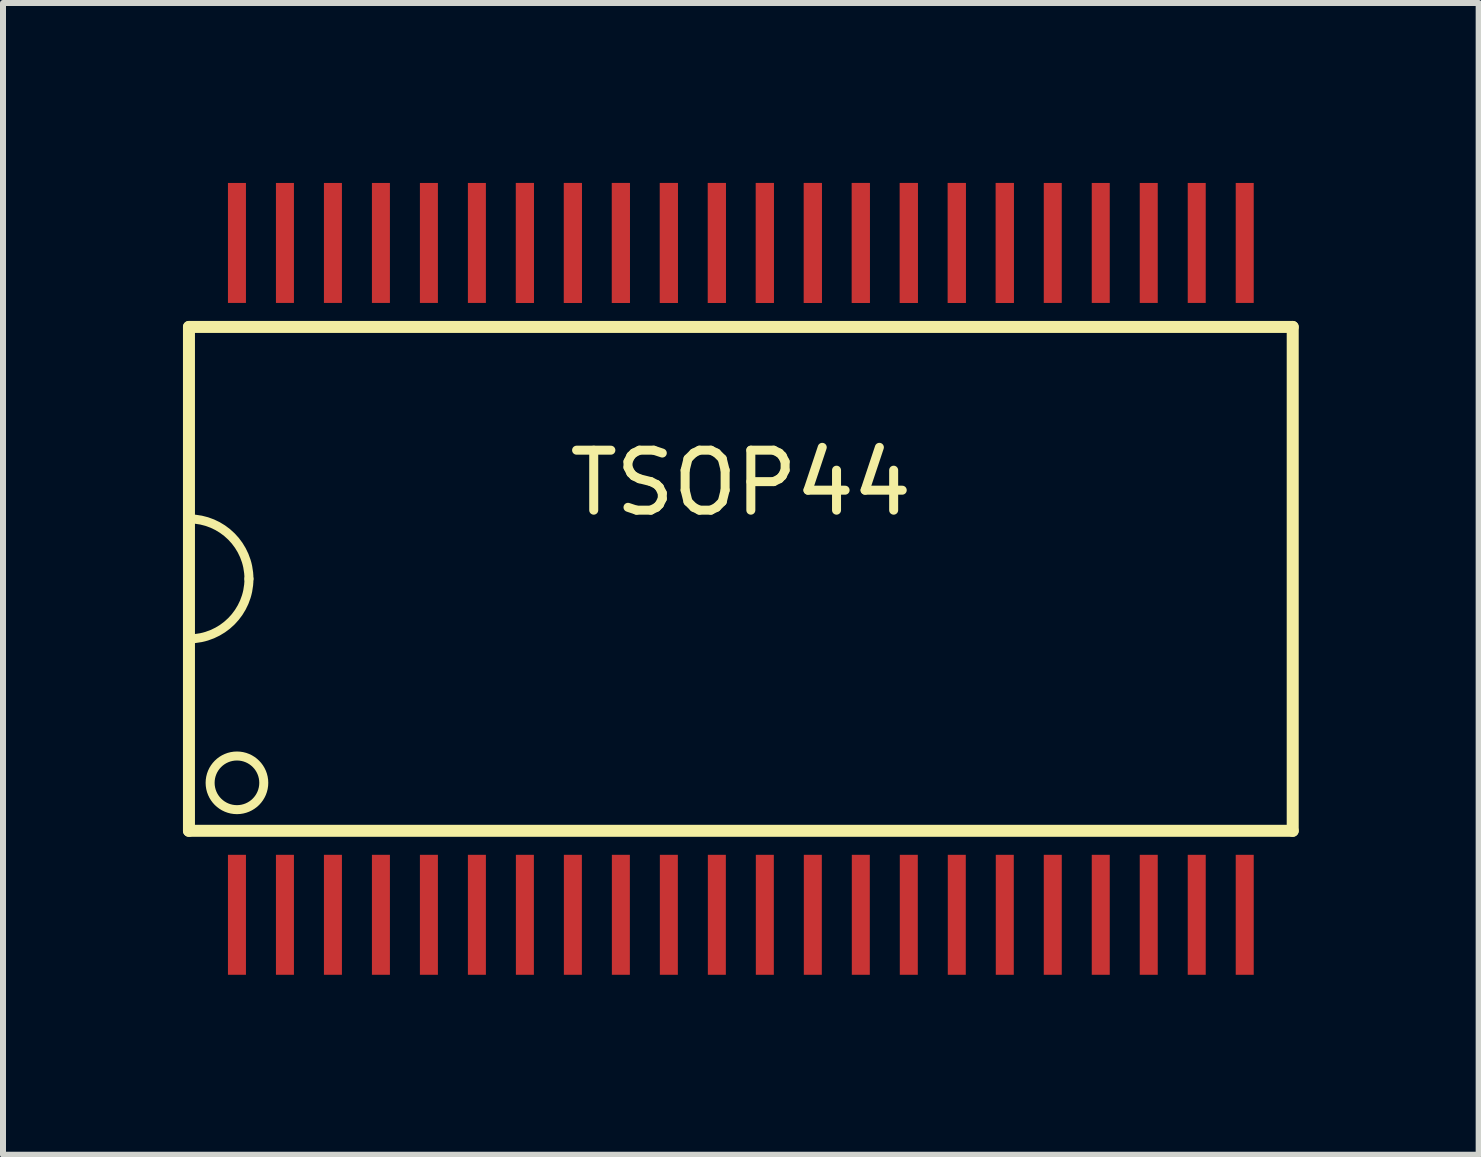
<source format=kicad_pcb>
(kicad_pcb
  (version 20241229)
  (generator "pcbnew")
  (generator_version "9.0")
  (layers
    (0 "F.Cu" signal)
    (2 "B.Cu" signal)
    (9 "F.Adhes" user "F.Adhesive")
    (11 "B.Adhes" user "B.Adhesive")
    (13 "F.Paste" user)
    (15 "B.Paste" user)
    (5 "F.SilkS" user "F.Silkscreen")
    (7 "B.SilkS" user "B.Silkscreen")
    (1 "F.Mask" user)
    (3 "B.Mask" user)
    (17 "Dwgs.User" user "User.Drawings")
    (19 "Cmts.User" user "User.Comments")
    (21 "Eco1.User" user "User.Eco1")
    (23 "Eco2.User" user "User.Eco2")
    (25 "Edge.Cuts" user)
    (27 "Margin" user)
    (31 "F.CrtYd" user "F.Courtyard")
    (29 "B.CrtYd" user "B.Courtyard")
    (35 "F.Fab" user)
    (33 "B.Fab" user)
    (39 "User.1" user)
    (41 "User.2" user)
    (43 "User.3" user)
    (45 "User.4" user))
  (footprint "TSOP44"
    (layer "F.Cu")
    (at 9.3 6.6)
    (property "Reference" "TSOP44" (at 0 -1.6 0) (layer "F.SilkS") (effects (font (size 1 1) (thickness 0.15))))
    (attr through_hole)
    (fp_line (start -9.2 -4.2) (end -9.2 4.2) (stroke (width 0.2) (type solid)) (layer "F.SilkS"))
    (fp_line (start -9.2 -4.2) (end 9.2 -4.2) (stroke (width 0.2) (type solid)) (layer "F.SilkS"))
    (fp_line (start -9.2 4.2) (end 9.2 4.2) (stroke (width 0.2) (type solid)) (layer "F.SilkS"))
    (fp_line (start 9.2 4.2) (end 9.2 -4.2) (stroke (width 0.2) (type solid)) (layer "F.SilkS"))
    (fp_arc (start -9.2 -1) (mid -8.492893 -0.707107) (end -8.2 0) (stroke (width 0.15) (type solid)) (layer "F.SilkS"))
    (fp_arc (start -8.2 0) (mid -8.492893 0.707107) (end -9.2 1) (stroke (width 0.15) (type solid)) (layer "F.SilkS"))
    (fp_circle (center -8.4 3.4) (end -8 3.2) (stroke (width 0.15) (type solid)) (fill no) (layer "F.SilkS"))
    (pad "1" smd rect (at -8.4 5.6) (size 0.3 2) (layers "F.Cu" "F.Mask" "F.Paste"))
    (pad "2" smd rect (at -7.6 5.6) (size 0.3 2) (layers "F.Cu" "F.Mask" "F.Paste"))
    (pad "3" smd rect (at -6.8 5.6) (size 0.3 2) (layers "F.Cu" "F.Mask" "F.Paste"))
    (pad "4" smd rect (at -6 5.6) (size 0.3 2) (layers "F.Cu" "F.Mask" "F.Paste"))
    (pad "5" smd rect (at -5.2 5.6) (size 0.3 2) (layers "F.Cu" "F.Mask" "F.Paste"))
    (pad "6" smd rect (at -4.4 5.6) (size 0.3 2) (layers "F.Cu" "F.Mask" "F.Paste"))
    (pad "7" smd rect (at -3.6 5.6) (size 0.3 2) (layers "F.Cu" "F.Mask" "F.Paste"))
    (pad "8" smd rect (at -2.8 5.6) (size 0.3 2) (layers "F.Cu" "F.Mask" "F.Paste"))
    (pad "9" smd rect (at -2 5.6) (size 0.3 2) (layers "F.Cu" "F.Mask" "F.Paste"))
    (pad "10" smd rect (at -1.2 5.6) (size 0.3 2) (layers "F.Cu" "F.Mask" "F.Paste"))
    (pad "11" smd rect (at -0.4 5.6) (size 0.3 2) (layers "F.Cu" "F.Mask" "F.Paste"))
    (pad "12" smd rect (at 0.4 5.6) (size 0.3 2) (layers "F.Cu" "F.Mask" "F.Paste"))
    (pad "13" smd rect (at 1.2 5.6) (size 0.3 2) (layers "F.Cu" "F.Mask" "F.Paste"))
    (pad "14" smd rect (at 2 5.6) (size 0.3 2) (layers "F.Cu" "F.Mask" "F.Paste"))
    (pad "15" smd rect (at 2.8 5.6) (size 0.3 2) (layers "F.Cu" "F.Mask" "F.Paste"))
    (pad "16" smd rect (at 3.6 5.6) (size 0.3 2) (layers "F.Cu" "F.Mask" "F.Paste"))
    (pad "17" smd rect (at 4.4 5.6) (size 0.3 2) (layers "F.Cu" "F.Mask" "F.Paste"))
    (pad "18" smd rect (at 5.2 5.6) (size 0.3 2) (layers "F.Cu" "F.Mask" "F.Paste"))
    (pad "19" smd rect (at 6 5.6) (size 0.3 2) (layers "F.Cu" "F.Mask" "F.Paste"))
    (pad "20" smd rect (at 6.8 5.6) (size 0.3 2) (layers "F.Cu" "F.Mask" "F.Paste"))
    (pad "21" smd rect (at 7.6 5.6) (size 0.3 2) (layers "F.Cu" "F.Mask" "F.Paste"))
    (pad "22" smd rect (at 8.4 5.6) (size 0.3 2) (layers "F.Cu" "F.Mask" "F.Paste"))
    (pad "23" smd rect (at 8.4 -5.6) (size 0.3 2) (layers "F.Cu" "F.Mask" "F.Paste"))
    (pad "24" smd rect (at 7.6 -5.6) (size 0.3 2) (layers "F.Cu" "F.Mask" "F.Paste"))
    (pad "25" smd rect (at 6.8 -5.6) (size 0.3 2) (layers "F.Cu" "F.Mask" "F.Paste"))
    (pad "26" smd rect (at 6 -5.6) (size 0.3 2) (layers "F.Cu" "F.Mask" "F.Paste"))
    (pad "27" smd rect (at 5.2 -5.6) (size 0.3 2) (layers "F.Cu" "F.Mask" "F.Paste"))
    (pad "28" smd rect (at 4.4 -5.6) (size 0.3 2) (layers "F.Cu" "F.Mask" "F.Paste"))
    (pad "28" smd rect (at 4.4 -5.6) (size 0.3 2) (layers "F.Cu" "F.Mask" "F.Paste"))
    (pad "29" smd rect (at 3.6 -5.6) (size 0.3 2) (layers "F.Cu" "F.Mask" "F.Paste"))
    (pad "29" smd rect (at 3.6 -5.6) (size 0.3 2) (layers "F.Cu" "F.Mask" "F.Paste"))
    (pad "30" smd rect (at 2.8 -5.6) (size 0.3 2) (layers "F.Cu" "F.Mask" "F.Paste"))
    (pad "30" smd rect (at 2.8 -5.6) (size 0.3 2) (layers "F.Cu" "F.Mask" "F.Paste"))
    (pad "31" smd rect (at 2 -5.6) (size 0.3 2) (layers "F.Cu" "F.Mask" "F.Paste"))
    (pad "31" smd rect (at 2 -5.6) (size 0.3 2) (layers "F.Cu" "F.Mask" "F.Paste"))
    (pad "32" smd rect (at 1.2 -5.6) (size 0.3 2) (layers "F.Cu" "F.Mask" "F.Paste"))
    (pad "32" smd rect (at 1.2 -5.6) (size 0.3 2) (layers "F.Cu" "F.Mask" "F.Paste"))
    (pad "33" smd rect (at 0.4 -5.6) (size 0.3 2) (layers "F.Cu" "F.Mask" "F.Paste"))
    (pad "33" smd rect (at 0.4 -5.6) (size 0.3 2) (layers "F.Cu" "F.Mask" "F.Paste"))
    (pad "34" smd rect (at -0.4 -5.6) (size 0.3 2) (layers "F.Cu" "F.Mask" "F.Paste"))
    (pad "34" smd rect (at -0.4 -5.6) (size 0.3 2) (layers "F.Cu" "F.Mask" "F.Paste"))
    (pad "35" smd rect (at -1.2 -5.6) (size 0.3 2) (layers "F.Cu" "F.Mask" "F.Paste"))
    (pad "35" smd rect (at -1.2 -5.6) (size 0.3 2) (layers "F.Cu" "F.Mask" "F.Paste"))
    (pad "36" smd rect (at -2 -5.6) (size 0.3 2) (layers "F.Cu" "F.Mask" "F.Paste"))
    (pad "36" smd rect (at -2 -5.6) (size 0.3 2) (layers "F.Cu" "F.Mask" "F.Paste"))
    (pad "37" smd rect (at -2.8 -5.6) (size 0.3 2) (layers "F.Cu" "F.Mask" "F.Paste"))
    (pad "37" smd rect (at -2.8 -5.6) (size 0.3 2) (layers "F.Cu" "F.Mask" "F.Paste"))
    (pad "38" smd rect (at -3.6 -5.6) (size 0.3 2) (layers "F.Cu" "F.Mask" "F.Paste"))
    (pad "38" smd rect (at -3.6 -5.6) (size 0.3 2) (layers "F.Cu" "F.Mask" "F.Paste"))
    (pad "39" smd rect (at -4.4 -5.6) (size 0.3 2) (layers "F.Cu" "F.Mask" "F.Paste"))
    (pad "40" smd rect (at -5.2 -5.6) (size 0.3 2) (layers "F.Cu" "F.Mask" "F.Paste"))
    (pad "41" smd rect (at -6 -5.6) (size 0.3 2) (layers "F.Cu" "F.Mask" "F.Paste"))
    (pad "42" smd rect (at -6.8 -5.6) (size 0.3 2) (layers "F.Cu" "F.Mask" "F.Paste"))
    (pad "43" smd rect (at -7.6 -5.6) (size 0.3 2) (layers "F.Cu" "F.Mask" "F.Paste"))
    (pad "44" smd rect (at -8.4 -5.6) (size 0.3 2) (layers "F.Cu" "F.Mask" "F.Paste")))
  (gr_rect
    (start -3 -3)
    (end 21.6 16.2)
    (stroke (width 0.1) (type default))
    (fill no)
    (layer "Edge.Cuts")))
</source>
